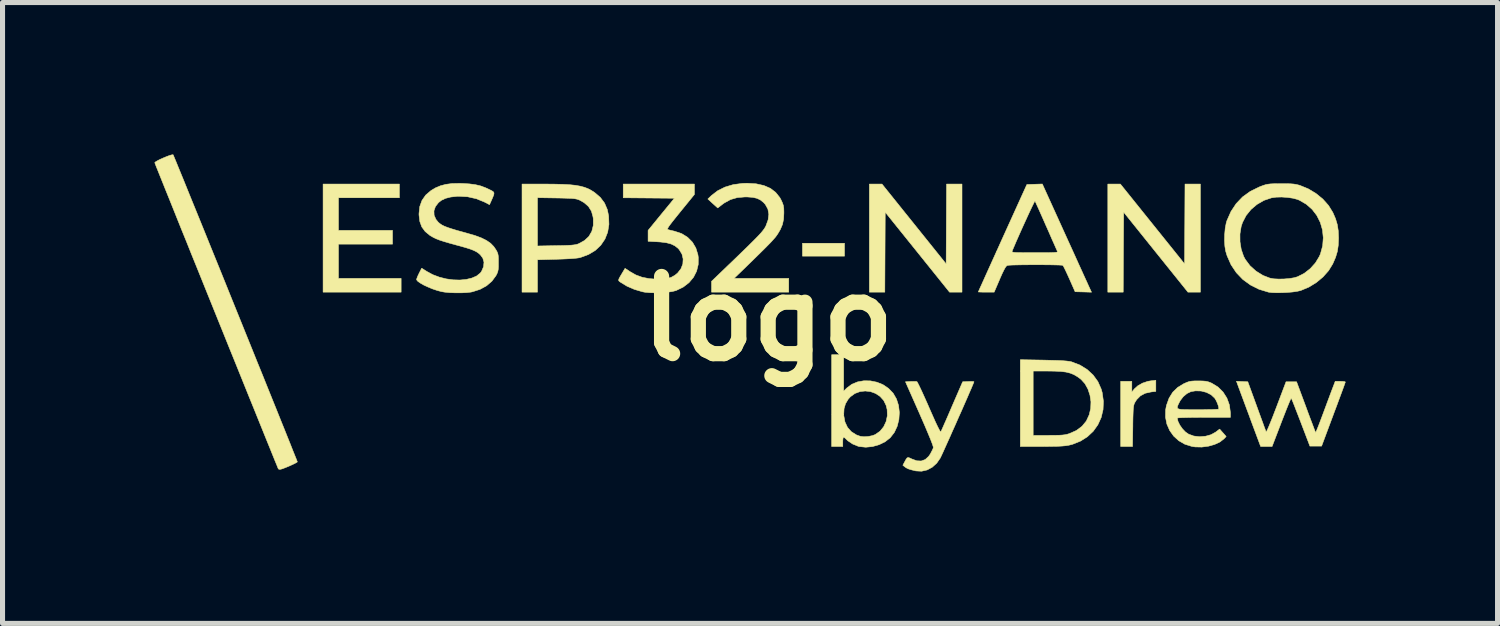
<source format=kicad_pcb>
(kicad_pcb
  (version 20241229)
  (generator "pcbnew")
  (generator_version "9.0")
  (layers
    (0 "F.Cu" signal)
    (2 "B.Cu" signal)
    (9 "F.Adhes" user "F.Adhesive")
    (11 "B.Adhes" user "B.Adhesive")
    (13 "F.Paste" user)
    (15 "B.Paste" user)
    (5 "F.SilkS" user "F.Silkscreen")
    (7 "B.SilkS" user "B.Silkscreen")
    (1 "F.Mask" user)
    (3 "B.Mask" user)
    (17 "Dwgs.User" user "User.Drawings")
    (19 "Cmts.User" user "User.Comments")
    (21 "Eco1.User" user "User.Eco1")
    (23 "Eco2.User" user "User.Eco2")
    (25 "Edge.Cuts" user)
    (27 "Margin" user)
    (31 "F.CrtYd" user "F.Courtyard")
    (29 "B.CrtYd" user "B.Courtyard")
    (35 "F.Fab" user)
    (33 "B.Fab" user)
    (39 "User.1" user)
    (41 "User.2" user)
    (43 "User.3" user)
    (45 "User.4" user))
  (footprint "logo"
    (layer "F.Cu")
    (at 12.117 3.243)
    (property "Reference" "logo" (at 0 0 0) (layer "F.SilkS") (effects (font (size 1.524 1.524) (thickness 0.3))))
    (attr through_hole)
    (fp_poly (pts (xy 1.507 -1.236) (xy 0.677 -1.236) (xy 0.677 -1.49) (xy 1.507 -1.49) (xy 1.507 -1.236)) (stroke (width 0.01) (type solid)) (fill yes) (layer "F.SilkS"))
    (fp_poly (pts (xy -7.281 -2.388) (xy -8.484 -2.388) (xy -8.484 -1.744) (xy -7.417 -1.744) (xy -7.417 -1.473) (xy -8.484 -1.473) (xy -8.484 -0.796) (xy -7.247 -0.796) (xy -7.247 -0.525) (xy -8.788 -0.525) (xy -8.788 -2.659) (xy -7.281 -2.659) (xy -7.281 -2.388)) (stroke (width 0.01) (type solid)) (fill yes) (layer "F.SilkS"))
    (fp_poly (pts (xy 3.514 -1.082) (xy 3.522 -2.659) (xy 3.827 -2.659) (xy 3.827 -0.525) (xy 3.581 -0.525) (xy 2.946 -1.315) (xy 2.311 -2.104) (xy 2.307 -1.315) (xy 2.303 -0.525) (xy 1.998 -0.525) (xy 1.998 -2.659) (xy 2.247 -2.659) (xy 3.514 -1.082)) (stroke (width 0.01) (type solid)) (fill yes) (layer "F.SilkS"))
    (fp_poly (pts (xy 8.221 -1.083) (xy 8.226 -1.871) (xy 8.23 -2.659) (xy 8.534 -2.659) (xy 8.534 -0.525) (xy 8.288 -0.525) (xy 7.653 -1.315) (xy 7.019 -2.104) (xy 7.014 -1.315) (xy 7.01 -0.525) (xy 6.706 -0.525) (xy 6.706 -2.659) (xy 6.954 -2.659) (xy 8.221 -1.083)) (stroke (width 0.01) (type solid)) (fill yes) (layer "F.SilkS"))
    (fp_poly (pts (xy 7.654 1.435) (xy 7.559 1.446) (xy 7.443 1.472) (xy 7.35 1.522) (xy 7.275 1.598) (xy 7.237 1.659) (xy 7.227 1.682) (xy 7.219 1.709) (xy 7.213 1.747) (xy 7.208 1.798) (xy 7.205 1.868) (xy 7.202 1.961) (xy 7.2 2.083) (xy 7.2 2.121) (xy 7.194 2.523) (xy 6.96 2.523) (xy 6.96 1.236) (xy 7.18 1.236) (xy 7.18 1.447) (xy 7.231 1.385) (xy 7.3 1.323) (xy 7.392 1.271) (xy 7.497 1.236) (xy 7.557 1.226) (xy 7.654 1.215) (xy 7.654 1.435)) (stroke (width 0.01) (type solid)) (fill yes) (layer "F.SilkS"))
    (fp_poly (pts (xy 5.44 0.817) (xy 5.593 0.821) (xy 5.717 0.824) (xy 5.814 0.829) (xy 5.889 0.835) (xy 5.945 0.842) (xy 5.987 0.85) (xy 5.992 0.852) (xy 6.156 0.915) (xy 6.298 1.003) (xy 6.416 1.112) (xy 6.51 1.241) (xy 6.575 1.388) (xy 6.595 1.458) (xy 6.619 1.629) (xy 6.612 1.795) (xy 6.575 1.95) (xy 6.51 2.093) (xy 6.419 2.221) (xy 6.304 2.329) (xy 6.167 2.416) (xy 6.01 2.479) (xy 5.935 2.498) (xy 5.878 2.507) (xy 5.803 2.514) (xy 5.707 2.519) (xy 5.585 2.521) (xy 5.434 2.523) (xy 5.398 2.523) (xy 4.978 2.523) (xy 4.978 2.303) (xy 5.232 2.303) (xy 5.538 2.303) (xy 5.652 2.302) (xy 5.739 2.301) (xy 5.805 2.297) (xy 5.857 2.291) (xy 5.901 2.282) (xy 5.944 2.269) (xy 5.947 2.268) (xy 6.085 2.207) (xy 6.196 2.124) (xy 6.281 2.021) (xy 6.339 1.896) (xy 6.368 1.77) (xy 6.373 1.641) (xy 6.354 1.512) (xy 6.314 1.39) (xy 6.255 1.283) (xy 6.179 1.199) (xy 6.173 1.194) (xy 6.104 1.143) (xy 6.036 1.103) (xy 5.963 1.074) (xy 5.879 1.053) (xy 5.779 1.041) (xy 5.657 1.035) (xy 5.525 1.033) (xy 5.232 1.033) (xy 5.232 2.303) (xy 4.978 2.303) (xy 4.978 0.809) (xy 5.44 0.817)) (stroke (width 0.01) (type solid)) (fill yes) (layer "F.SilkS"))
    (fp_poly (pts (xy -4.212 -2.657) (xy -4.052 -2.653) (xy -3.918 -2.646) (xy -3.805 -2.634) (xy -3.71 -2.617) (xy -3.628 -2.595) (xy -3.555 -2.567) (xy -3.488 -2.531) (xy -3.426 -2.491) (xy -3.314 -2.395) (xy -3.231 -2.284) (xy -3.176 -2.155) (xy -3.15 -2.029) (xy -3.144 -1.862) (xy -3.169 -1.709) (xy -3.223 -1.572) (xy -3.305 -1.451) (xy -3.413 -1.349) (xy -3.546 -1.269) (xy -3.702 -1.211) (xy -3.734 -1.203) (xy -3.776 -1.197) (xy -3.846 -1.19) (xy -3.936 -1.184) (xy -4.042 -1.179) (xy -4.155 -1.175) (xy -4.187 -1.174) (xy -4.555 -1.164) (xy -4.555 -0.525) (xy -4.86 -0.525) (xy -4.86 -1.436) (xy -4.555 -1.436) (xy -4.187 -1.443) (xy -4.06 -1.445) (xy -3.963 -1.448) (xy -3.889 -1.452) (xy -3.833 -1.458) (xy -3.792 -1.465) (xy -3.759 -1.474) (xy -3.742 -1.481) (xy -3.627 -1.544) (xy -3.54 -1.625) (xy -3.482 -1.725) (xy -3.453 -1.842) (xy -3.453 -1.974) (xy -3.458 -2.01) (xy -3.489 -2.122) (xy -3.547 -2.215) (xy -3.633 -2.291) (xy -3.725 -2.343) (xy -3.754 -2.354) (xy -3.785 -2.363) (xy -3.823 -2.37) (xy -3.875 -2.375) (xy -3.945 -2.378) (xy -4.037 -2.381) (xy -4.158 -2.384) (xy -4.178 -2.384) (xy -4.555 -2.39) (xy -4.555 -1.436) (xy -4.86 -1.436) (xy -4.86 -2.659) (xy -4.402 -2.659) (xy -4.212 -2.657)) (stroke (width 0.01) (type solid)) (fill yes) (layer "F.SilkS"))
    (fp_poly (pts (xy -0.238 -2.664) (xy -0.085 -2.63) (xy 0.044 -2.574) (xy 0.148 -2.494) (xy 0.23 -2.392) (xy 0.256 -2.344) (xy 0.283 -2.285) (xy 0.3 -2.235) (xy 0.308 -2.181) (xy 0.31 -2.111) (xy 0.31 -2.086) (xy 0.304 -1.965) (xy 0.282 -1.861) (xy 0.239 -1.76) (xy 0.19 -1.677) (xy 0.169 -1.646) (xy 0.143 -1.611) (xy 0.108 -1.571) (xy 0.064 -1.522) (xy 0.007 -1.463) (xy -0.064 -1.391) (xy -0.153 -1.303) (xy -0.261 -1.197) (xy -0.39 -1.071) (xy -0.434 -1.028) (xy -0.674 -0.796) (xy 0.406 -0.796) (xy 0.406 -0.525) (xy -1.118 -0.525) (xy -1.118 -0.739) (xy -0.793 -1.051) (xy -0.642 -1.196) (xy -0.514 -1.32) (xy -0.407 -1.424) (xy -0.318 -1.512) (xy -0.246 -1.584) (xy -0.188 -1.644) (xy -0.143 -1.693) (xy -0.109 -1.734) (xy -0.083 -1.768) (xy -0.064 -1.797) (xy -0.049 -1.824) (xy -0.046 -1.829) (xy -0.001 -1.952) (xy 0.013 -2.064) (xy -0.006 -2.166) (xy -0.056 -2.256) (xy -0.092 -2.296) (xy -0.152 -2.344) (xy -0.22 -2.377) (xy -0.302 -2.396) (xy -0.407 -2.404) (xy -0.455 -2.405) (xy -0.609 -2.392) (xy -0.744 -2.353) (xy -0.866 -2.286) (xy -0.898 -2.263) (xy -0.996 -2.187) (xy -1.094 -2.275) (xy -1.191 -2.364) (xy -1.118 -2.434) (xy -0.997 -2.527) (xy -0.853 -2.599) (xy -0.689 -2.648) (xy -0.508 -2.672) (xy -0.416 -2.675) (xy -0.238 -2.664)) (stroke (width 0.01) (type solid)) (fill yes) (layer "F.SilkS"))
    (fp_poly (pts (xy 1.49 1.429) (xy 1.554 1.367) (xy 1.652 1.294) (xy 1.766 1.247) (xy 1.89 1.225) (xy 2.018 1.227) (xy 2.146 1.253) (xy 2.267 1.302) (xy 2.375 1.375) (xy 2.466 1.469) (xy 2.467 1.47) (xy 2.533 1.584) (xy 2.574 1.712) (xy 2.59 1.85) (xy 2.581 1.988) (xy 2.548 2.122) (xy 2.491 2.245) (xy 2.41 2.349) (xy 2.408 2.351) (xy 2.309 2.429) (xy 2.19 2.487) (xy 2.06 2.524) (xy 1.927 2.537) (xy 1.802 2.524) (xy 1.777 2.518) (xy 1.667 2.473) (xy 1.572 2.409) (xy 1.542 2.38) (xy 1.511 2.351) (xy 1.489 2.337) (xy 1.487 2.337) (xy 1.48 2.352) (xy 1.474 2.392) (xy 1.473 2.43) (xy 1.473 2.523) (xy 1.253 2.523) (xy 1.253 1.892) (xy 1.492 1.892) (xy 1.493 1.913) (xy 1.516 2.038) (xy 1.566 2.145) (xy 1.641 2.23) (xy 1.74 2.293) (xy 1.82 2.322) (xy 1.891 2.33) (xy 1.976 2.325) (xy 2.059 2.308) (xy 2.114 2.287) (xy 2.207 2.222) (xy 2.28 2.134) (xy 2.329 2.029) (xy 2.353 1.914) (xy 2.349 1.794) (xy 2.329 1.712) (xy 2.28 1.612) (xy 2.208 1.533) (xy 2.12 1.475) (xy 2.021 1.439) (xy 1.916 1.427) (xy 1.812 1.439) (xy 1.712 1.476) (xy 1.624 1.54) (xy 1.58 1.589) (xy 1.527 1.678) (xy 1.498 1.776) (xy 1.492 1.892) (xy 1.253 1.892) (xy 1.253 0.711) (xy 1.49 0.711) (xy 1.49 1.429)) (stroke (width 0.01) (type solid)) (fill yes) (layer "F.SilkS"))
    (fp_poly (pts (xy -1.456 -2.454) (xy -1.734 -2.112) (xy -1.818 -2.008) (xy -1.883 -1.927) (xy -1.93 -1.866) (xy -1.962 -1.822) (xy -1.98 -1.792) (xy -1.987 -1.774) (xy -1.984 -1.764) (xy -1.976 -1.759) (xy -1.939 -1.749) (xy -1.883 -1.736) (xy -1.846 -1.727) (xy -1.707 -1.68) (xy -1.59 -1.607) (xy -1.496 -1.512) (xy -1.428 -1.396) (xy -1.387 -1.263) (xy -1.38 -1.212) (xy -1.381 -1.071) (xy -1.413 -0.939) (xy -1.474 -0.819) (xy -1.563 -0.713) (xy -1.677 -0.625) (xy -1.813 -0.559) (xy -1.82 -0.556) (xy -1.894 -0.537) (xy -1.992 -0.523) (xy -2.105 -0.514) (xy -2.222 -0.511) (xy -2.335 -0.514) (xy -2.433 -0.523) (xy -2.481 -0.532) (xy -2.641 -0.579) (xy -2.789 -0.643) (xy -2.915 -0.72) (xy -2.935 -0.735) (xy -2.95 -0.749) (xy -2.953 -0.765) (xy -2.945 -0.791) (xy -2.922 -0.834) (xy -2.896 -0.877) (xy -2.826 -0.995) (xy -2.73 -0.931) (xy -2.612 -0.864) (xy -2.489 -0.819) (xy -2.352 -0.792) (xy -2.233 -0.783) (xy -2.103 -0.782) (xy -1.999 -0.793) (xy -1.915 -0.817) (xy -1.843 -0.857) (xy -1.788 -0.902) (xy -1.722 -0.987) (xy -1.685 -1.081) (xy -1.679 -1.18) (xy -1.702 -1.276) (xy -1.756 -1.364) (xy -1.779 -1.39) (xy -1.841 -1.439) (xy -1.915 -1.475) (xy -2.008 -1.5) (xy -2.126 -1.515) (xy -2.189 -1.519) (xy -2.371 -1.529) (xy -2.371 -1.744) (xy -2.111 -2.062) (xy -1.851 -2.379) (xy -2.862 -2.388) (xy -2.862 -2.659) (xy -1.456 -2.659) (xy -1.456 -2.454)) (stroke (width 0.01) (type solid)) (fill yes) (layer "F.SilkS"))
    (fp_poly (pts (xy 2.918 1.239) (xy 2.937 1.242) (xy 2.948 1.259) (xy 2.971 1.303) (xy 3.004 1.371) (xy 3.045 1.459) (xy 3.092 1.563) (xy 3.144 1.679) (xy 3.176 1.753) (xy 3.245 1.909) (xy 3.301 2.035) (xy 3.346 2.13) (xy 3.379 2.194) (xy 3.4 2.228) (xy 3.409 2.233) (xy 3.419 2.212) (xy 3.441 2.164) (xy 3.472 2.093) (xy 3.512 2.003) (xy 3.558 1.897) (xy 3.608 1.781) (xy 3.631 1.727) (xy 3.84 1.245) (xy 3.952 1.24) (xy 4.008 1.238) (xy 4.049 1.24) (xy 4.064 1.245) (xy 4.057 1.263) (xy 4.038 1.309) (xy 4.009 1.378) (xy 3.97 1.467) (xy 3.925 1.572) (xy 3.873 1.69) (xy 3.818 1.816) (xy 3.759 1.947) (xy 3.701 2.08) (xy 3.642 2.211) (xy 3.587 2.336) (xy 3.535 2.451) (xy 3.489 2.553) (xy 3.451 2.638) (xy 3.421 2.702) (xy 3.402 2.742) (xy 3.399 2.749) (xy 3.328 2.852) (xy 3.239 2.932) (xy 3.138 2.986) (xy 3.029 3.011) (xy 2.916 3.005) (xy 2.904 3.002) (xy 2.823 2.982) (xy 2.766 2.964) (xy 2.726 2.944) (xy 2.703 2.928) (xy 2.659 2.893) (xy 2.692 2.831) (xy 2.722 2.776) (xy 2.744 2.747) (xy 2.767 2.74) (xy 2.799 2.751) (xy 2.836 2.769) (xy 2.934 2.805) (xy 3.022 2.809) (xy 3.101 2.78) (xy 3.167 2.72) (xy 3.2 2.673) (xy 3.229 2.618) (xy 3.252 2.571) (xy 3.261 2.547) (xy 3.257 2.521) (xy 3.238 2.464) (xy 3.204 2.377) (xy 3.156 2.261) (xy 3.094 2.114) (xy 3.017 1.938) (xy 2.991 1.878) (xy 2.711 1.245) (xy 2.814 1.239) (xy 2.872 1.238) (xy 2.918 1.239)) (stroke (width 0.01) (type solid)) (fill yes) (layer "F.SilkS"))
    (fp_poly (pts (xy 9.47 1.245) (xy 9.646 1.727) (xy 9.69 1.849) (xy 9.731 1.961) (xy 9.767 2.059) (xy 9.796 2.14) (xy 9.818 2.198) (xy 9.83 2.231) (xy 9.831 2.235) (xy 9.839 2.226) (xy 9.858 2.189) (xy 9.885 2.127) (xy 9.919 2.044) (xy 9.96 1.943) (xy 10.004 1.828) (xy 10.033 1.753) (xy 10.225 1.245) (xy 10.433 1.245) (xy 10.618 1.742) (xy 10.663 1.865) (xy 10.705 1.977) (xy 10.742 2.074) (xy 10.772 2.154) (xy 10.794 2.211) (xy 10.807 2.242) (xy 10.809 2.247) (xy 10.817 2.233) (xy 10.834 2.193) (xy 10.86 2.129) (xy 10.892 2.046) (xy 10.929 1.948) (xy 10.956 1.876) (xy 10.999 1.76) (xy 11.041 1.647) (xy 11.08 1.543) (xy 11.113 1.454) (xy 11.138 1.388) (xy 11.146 1.367) (xy 11.196 1.236) (xy 11.296 1.236) (xy 11.349 1.238) (xy 11.385 1.243) (xy 11.396 1.249) (xy 11.39 1.267) (xy 11.374 1.313) (xy 11.348 1.385) (xy 11.314 1.477) (xy 11.273 1.587) (xy 11.227 1.712) (xy 11.176 1.847) (xy 11.161 1.888) (xy 10.927 2.515) (xy 10.696 2.515) (xy 10.517 2.046) (xy 10.471 1.927) (xy 10.429 1.819) (xy 10.393 1.725) (xy 10.363 1.649) (xy 10.341 1.596) (xy 10.33 1.57) (xy 10.328 1.568) (xy 10.32 1.581) (xy 10.301 1.621) (xy 10.274 1.686) (xy 10.239 1.772) (xy 10.199 1.874) (xy 10.154 1.989) (xy 10.134 2.041) (xy 9.949 2.523) (xy 9.724 2.523) (xy 9.536 2.019) (xy 9.488 1.888) (xy 9.44 1.76) (xy 9.396 1.641) (xy 9.357 1.536) (xy 9.325 1.45) (xy 9.303 1.389) (xy 9.297 1.375) (xy 9.246 1.235) (xy 9.47 1.245)) (stroke (width 0.01) (type solid)) (fill yes) (layer "F.SilkS"))
    (fp_poly (pts (xy -11.749 -3.237) (xy -11.741 -3.22) (xy -11.722 -3.174) (xy -11.691 -3.1) (xy -11.651 -3.001) (xy -11.6 -2.877) (xy -11.54 -2.731) (xy -11.473 -2.565) (xy -11.398 -2.38) (xy -11.316 -2.179) (xy -11.228 -1.963) (xy -11.135 -1.734) (xy -11.038 -1.494) (xy -10.937 -1.245) (xy -10.833 -0.989) (xy -10.727 -0.727) (xy -10.62 -0.461) (xy -10.512 -0.194) (xy -10.404 0.073) (xy -10.297 0.338) (xy -10.191 0.6) (xy -10.088 0.856) (xy -9.987 1.104) (xy -9.891 1.343) (xy -9.799 1.571) (xy -9.712 1.786) (xy -9.632 1.986) (xy -9.558 2.169) (xy -9.492 2.334) (xy -9.434 2.478) (xy -9.386 2.6) (xy -9.347 2.697) (xy -9.318 2.769) (xy -9.301 2.813) (xy -9.296 2.827) (xy -9.311 2.838) (xy -9.349 2.859) (xy -9.404 2.885) (xy -9.466 2.913) (xy -9.53 2.939) (xy -9.586 2.961) (xy -9.627 2.973) (xy -9.661 2.972) (xy -9.674 2.96) (xy -9.701 2.892) (xy -9.74 2.798) (xy -9.788 2.679) (xy -9.845 2.538) (xy -9.911 2.376) (xy -9.984 2.195) (xy -10.064 1.997) (xy -10.15 1.784) (xy -10.242 1.558) (xy -10.338 1.32) (xy -10.438 1.072) (xy -10.541 0.817) (xy -10.647 0.556) (xy -10.754 0.29) (xy -10.862 0.023) (xy -10.97 -0.245) (xy -11.078 -0.512) (xy -11.184 -0.775) (xy -11.288 -1.033) (xy -11.39 -1.284) (xy -11.487 -1.527) (xy -11.581 -1.758) (xy -11.669 -1.977) (xy -11.751 -2.182) (xy -11.827 -2.371) (xy -11.896 -2.541) (xy -11.956 -2.691) (xy -12.008 -2.82) (xy -12.05 -2.925) (xy -12.082 -3.004) (xy -12.102 -3.057) (xy -12.111 -3.08) (xy -12.112 -3.081) (xy -12.099 -3.095) (xy -12.061 -3.118) (xy -12.007 -3.146) (xy -11.944 -3.174) (xy -11.879 -3.201) (xy -11.82 -3.223) (xy -11.774 -3.236) (xy -11.75 -3.238) (xy -11.749 -3.237)) (stroke (width 0.01) (type solid)) (fill yes) (layer "F.SilkS"))
    (fp_poly (pts (xy 8.576 1.229) (xy 8.636 1.234) (xy 8.684 1.244) (xy 8.731 1.261) (xy 8.758 1.273) (xy 8.881 1.348) (xy 8.981 1.447) (xy 9.057 1.566) (xy 9.106 1.701) (xy 9.126 1.849) (xy 9.127 1.867) (xy 9.127 1.947) (xy 8.602 1.947) (xy 8.473 1.948) (xy 8.355 1.949) (xy 8.253 1.951) (xy 8.17 1.953) (xy 8.112 1.956) (xy 8.081 1.959) (xy 8.077 1.96) (xy 8.091 2.025) (xy 8.127 2.099) (xy 8.178 2.172) (xy 8.238 2.235) (xy 8.301 2.279) (xy 8.403 2.316) (xy 8.517 2.329) (xy 8.634 2.32) (xy 8.743 2.29) (xy 8.835 2.239) (xy 8.914 2.179) (xy 8.979 2.252) (xy 9.043 2.325) (xy 9.001 2.37) (xy 8.919 2.434) (xy 8.813 2.483) (xy 8.692 2.517) (xy 8.561 2.534) (xy 8.43 2.531) (xy 8.365 2.521) (xy 8.227 2.478) (xy 8.107 2.409) (xy 8.006 2.317) (xy 7.927 2.206) (xy 7.872 2.08) (xy 7.845 1.944) (xy 7.847 1.801) (xy 7.856 1.754) (xy 8.078 1.754) (xy 8.086 1.772) (xy 8.112 1.784) (xy 8.157 1.791) (xy 8.225 1.794) (xy 8.32 1.795) (xy 8.445 1.795) (xy 8.481 1.795) (xy 8.594 1.795) (xy 8.696 1.793) (xy 8.782 1.792) (xy 8.847 1.789) (xy 8.885 1.787) (xy 8.894 1.785) (xy 8.897 1.761) (xy 8.887 1.718) (xy 8.868 1.665) (xy 8.843 1.611) (xy 8.816 1.567) (xy 8.816 1.567) (xy 8.745 1.501) (xy 8.653 1.454) (xy 8.548 1.427) (xy 8.436 1.424) (xy 8.348 1.439) (xy 8.27 1.476) (xy 8.196 1.538) (xy 8.136 1.616) (xy 8.118 1.65) (xy 8.096 1.694) (xy 8.082 1.729) (xy 8.078 1.754) (xy 7.856 1.754) (xy 7.864 1.711) (xy 7.915 1.569) (xy 7.988 1.451) (xy 8.086 1.356) (xy 8.209 1.281) (xy 8.211 1.281) (xy 8.267 1.256) (xy 8.313 1.24) (xy 8.362 1.232) (xy 8.424 1.228) (xy 8.492 1.228) (xy 8.576 1.229)) (stroke (width 0.01) (type solid)) (fill yes) (layer "F.SilkS"))
    (fp_poly (pts (xy 10.234 -2.666) (xy 10.315 -2.664) (xy 10.378 -2.659) (xy 10.431 -2.65) (xy 10.48 -2.638) (xy 10.502 -2.631) (xy 10.665 -2.564) (xy 10.816 -2.473) (xy 10.951 -2.363) (xy 11.063 -2.237) (xy 11.147 -2.101) (xy 11.148 -2.1) (xy 11.202 -1.975) (xy 11.237 -1.858) (xy 11.256 -1.736) (xy 11.262 -1.596) (xy 11.262 -1.592) (xy 11.256 -1.451) (xy 11.238 -1.328) (xy 11.203 -1.212) (xy 11.149 -1.087) (xy 11.148 -1.084) (xy 11.065 -0.949) (xy 10.955 -0.825) (xy 10.823 -0.715) (xy 10.675 -0.624) (xy 10.517 -0.558) (xy 10.511 -0.556) (xy 10.445 -0.541) (xy 10.355 -0.528) (xy 10.25 -0.519) (xy 10.141 -0.514) (xy 10.036 -0.513) (xy 9.946 -0.516) (xy 9.881 -0.524) (xy 9.692 -0.581) (xy 9.522 -0.666) (xy 9.371 -0.776) (xy 9.243 -0.91) (xy 9.139 -1.066) (xy 9.061 -1.242) (xy 9.032 -1.338) (xy 9.017 -1.432) (xy 9.01 -1.546) (xy 9.013 -1.669) (xy 9.014 -1.673) (xy 9.315 -1.673) (xy 9.316 -1.52) (xy 9.34 -1.37) (xy 9.387 -1.233) (xy 9.42 -1.171) (xy 9.513 -1.047) (xy 9.632 -0.94) (xy 9.769 -0.855) (xy 9.906 -0.802) (xy 9.982 -0.788) (xy 10.079 -0.783) (xy 10.187 -0.785) (xy 10.294 -0.794) (xy 10.389 -0.81) (xy 10.452 -0.829) (xy 10.584 -0.896) (xy 10.703 -0.989) (xy 10.805 -1.102) (xy 10.882 -1.229) (xy 10.905 -1.282) (xy 10.948 -1.44) (xy 10.96 -1.599) (xy 10.944 -1.755) (xy 10.901 -1.902) (xy 10.832 -2.039) (xy 10.74 -2.159) (xy 10.626 -2.26) (xy 10.492 -2.338) (xy 10.452 -2.355) (xy 10.363 -2.379) (xy 10.255 -2.395) (xy 10.139 -2.403) (xy 10.029 -2.4) (xy 9.938 -2.387) (xy 9.787 -2.336) (xy 9.651 -2.257) (xy 9.533 -2.157) (xy 9.436 -2.037) (xy 9.366 -1.902) (xy 9.339 -1.821) (xy 9.315 -1.673) (xy 9.014 -1.673) (xy 9.024 -1.787) (xy 9.044 -1.891) (xy 9.057 -1.935) (xy 9.137 -2.116) (xy 9.24 -2.272) (xy 9.367 -2.405) (xy 9.518 -2.514) (xy 9.695 -2.601) (xy 9.72 -2.611) (xy 9.776 -2.632) (xy 9.823 -2.647) (xy 9.868 -2.656) (xy 9.918 -2.662) (xy 9.983 -2.665) (xy 10.069 -2.666) (xy 10.126 -2.666) (xy 10.234 -2.666)) (stroke (width 0.01) (type solid)) (fill yes) (layer "F.SilkS"))
    (fp_poly (pts (xy 5.842 -1.715) (xy 5.92 -1.543) (xy 5.996 -1.377) (xy 6.067 -1.22) (xy 6.132 -1.076) (xy 6.191 -0.947) (xy 6.241 -0.836) (xy 6.282 -0.747) (xy 6.311 -0.683) (xy 6.327 -0.647) (xy 6.384 -0.524) (xy 6.222 -0.529) (xy 6.06 -0.533) (xy 5.948 -0.787) (xy 5.909 -0.873) (xy 5.874 -0.948) (xy 5.845 -1.007) (xy 5.825 -1.044) (xy 5.818 -1.053) (xy 5.796 -1.057) (xy 5.745 -1.06) (xy 5.671 -1.062) (xy 5.577 -1.064) (xy 5.47 -1.065) (xy 5.355 -1.066) (xy 5.235 -1.066) (xy 5.118 -1.065) (xy 5.006 -1.064) (xy 4.907 -1.062) (xy 4.823 -1.06) (xy 4.762 -1.057) (xy 4.727 -1.053) (xy 4.722 -1.052) (xy 4.703 -1.039) (xy 4.682 -1.011) (xy 4.656 -0.964) (xy 4.622 -0.895) (xy 4.579 -0.798) (xy 4.572 -0.781) (xy 4.462 -0.525) (xy 4.305 -0.525) (xy 4.237 -0.525) (xy 4.184 -0.527) (xy 4.153 -0.528) (xy 4.149 -0.529) (xy 4.156 -0.545) (xy 4.175 -0.589) (xy 4.207 -0.659) (xy 4.249 -0.752) (xy 4.3 -0.866) (xy 4.36 -0.999) (xy 4.427 -1.147) (xy 4.5 -1.308) (xy 4.507 -1.323) (xy 4.815 -1.323) (xy 4.824 -1.316) (xy 4.844 -1.312) (xy 4.88 -1.308) (xy 4.936 -1.306) (xy 5.014 -1.305) (xy 5.119 -1.304) (xy 5.253 -1.304) (xy 5.265 -1.304) (xy 5.402 -1.304) (xy 5.508 -1.304) (xy 5.588 -1.306) (xy 5.644 -1.308) (xy 5.681 -1.311) (xy 5.702 -1.315) (xy 5.711 -1.321) (xy 5.711 -1.329) (xy 5.709 -1.333) (xy 5.699 -1.356) (xy 5.677 -1.405) (xy 5.645 -1.478) (xy 5.604 -1.569) (xy 5.558 -1.675) (xy 5.507 -1.791) (xy 5.486 -1.837) (xy 5.434 -1.956) (xy 5.386 -2.064) (xy 5.344 -2.159) (xy 5.309 -2.236) (xy 5.284 -2.291) (xy 5.27 -2.32) (xy 5.267 -2.324) (xy 5.259 -2.312) (xy 5.239 -2.272) (xy 5.209 -2.211) (xy 5.171 -2.131) (xy 5.128 -2.038) (xy 5.081 -1.935) (xy 5.032 -1.828) (xy 4.983 -1.719) (xy 4.937 -1.615) (xy 4.894 -1.518) (xy 4.858 -1.433) (xy 4.829 -1.365) (xy 4.816 -1.331) (xy 4.815 -1.323) (xy 4.507 -1.323) (xy 4.578 -1.481) (xy 4.628 -1.592) (xy 5.108 -2.65) (xy 5.413 -2.66) (xy 5.842 -1.715)) (stroke (width 0.01) (type solid)) (fill yes) (layer "F.SilkS"))
    (fp_poly (pts (xy -6.037 -2.671) (xy -5.897 -2.662) (xy -5.782 -2.647) (xy -5.68 -2.623) (xy -5.583 -2.587) (xy -5.51 -2.553) (xy -5.457 -2.527) (xy -5.426 -2.506) (xy -5.413 -2.482) (xy -5.418 -2.447) (xy -5.439 -2.394) (xy -5.462 -2.341) (xy -5.502 -2.252) (xy -5.6 -2.303) (xy -5.761 -2.369) (xy -5.934 -2.408) (xy -6.11 -2.418) (xy -6.138 -2.417) (xy -6.267 -2.403) (xy -6.37 -2.377) (xy -6.452 -2.338) (xy -6.509 -2.293) (xy -6.57 -2.214) (xy -6.599 -2.13) (xy -6.596 -2.044) (xy -6.56 -1.962) (xy -6.512 -1.903) (xy -6.479 -1.876) (xy -6.441 -1.85) (xy -6.392 -1.826) (xy -6.328 -1.801) (xy -6.246 -1.774) (xy -6.141 -1.742) (xy -6.009 -1.706) (xy -5.942 -1.687) (xy -5.787 -1.642) (xy -5.661 -1.595) (xy -5.561 -1.545) (xy -5.481 -1.49) (xy -5.418 -1.425) (xy -5.373 -1.359) (xy -5.351 -1.319) (xy -5.337 -1.282) (xy -5.329 -1.239) (xy -5.326 -1.181) (xy -5.326 -1.109) (xy -5.326 -1.029) (xy -5.33 -0.972) (xy -5.339 -0.929) (xy -5.354 -0.89) (xy -5.375 -0.85) (xy -5.455 -0.741) (xy -5.561 -0.65) (xy -5.689 -0.58) (xy -5.836 -0.533) (xy -5.867 -0.526) (xy -5.951 -0.516) (xy -6.058 -0.511) (xy -6.173 -0.511) (xy -6.287 -0.515) (xy -6.388 -0.525) (xy -6.448 -0.535) (xy -6.535 -0.558) (xy -6.627 -0.589) (xy -6.717 -0.626) (xy -6.799 -0.664) (xy -6.867 -0.703) (xy -6.917 -0.738) (xy -6.941 -0.767) (xy -6.943 -0.775) (xy -6.935 -0.8) (xy -6.917 -0.846) (xy -6.892 -0.898) (xy -6.841 -0.998) (xy -6.741 -0.934) (xy -6.623 -0.87) (xy -6.493 -0.821) (xy -6.358 -0.787) (xy -6.221 -0.768) (xy -6.087 -0.764) (xy -5.962 -0.776) (xy -5.85 -0.803) (xy -5.756 -0.844) (xy -5.685 -0.901) (xy -5.659 -0.935) (xy -5.619 -1.028) (xy -5.611 -1.117) (xy -5.635 -1.198) (xy -5.683 -1.262) (xy -5.719 -1.294) (xy -5.76 -1.322) (xy -5.812 -1.348) (xy -5.878 -1.374) (xy -5.966 -1.402) (xy -6.078 -1.434) (xy -6.15 -1.453) (xy -6.288 -1.491) (xy -6.397 -1.523) (xy -6.484 -1.551) (xy -6.554 -1.578) (xy -6.612 -1.606) (xy -6.664 -1.636) (xy -6.68 -1.646) (xy -6.773 -1.723) (xy -6.839 -1.813) (xy -6.878 -1.92) (xy -6.894 -2.049) (xy -6.894 -2.077) (xy -6.879 -2.215) (xy -6.835 -2.336) (xy -6.762 -2.441) (xy -6.658 -2.53) (xy -6.57 -2.583) (xy -6.47 -2.625) (xy -6.364 -2.653) (xy -6.244 -2.669) (xy -6.103 -2.672) (xy -6.037 -2.671)) (stroke (width 0.01) (type solid)) (fill yes) (layer "F.SilkS")))
  (gr_rect
    (start -3 -3)
    (end 26.518 9.259)
    (stroke (width 0.1) (type default))
    (fill no)
    (layer "Edge.Cuts")))
</source>
